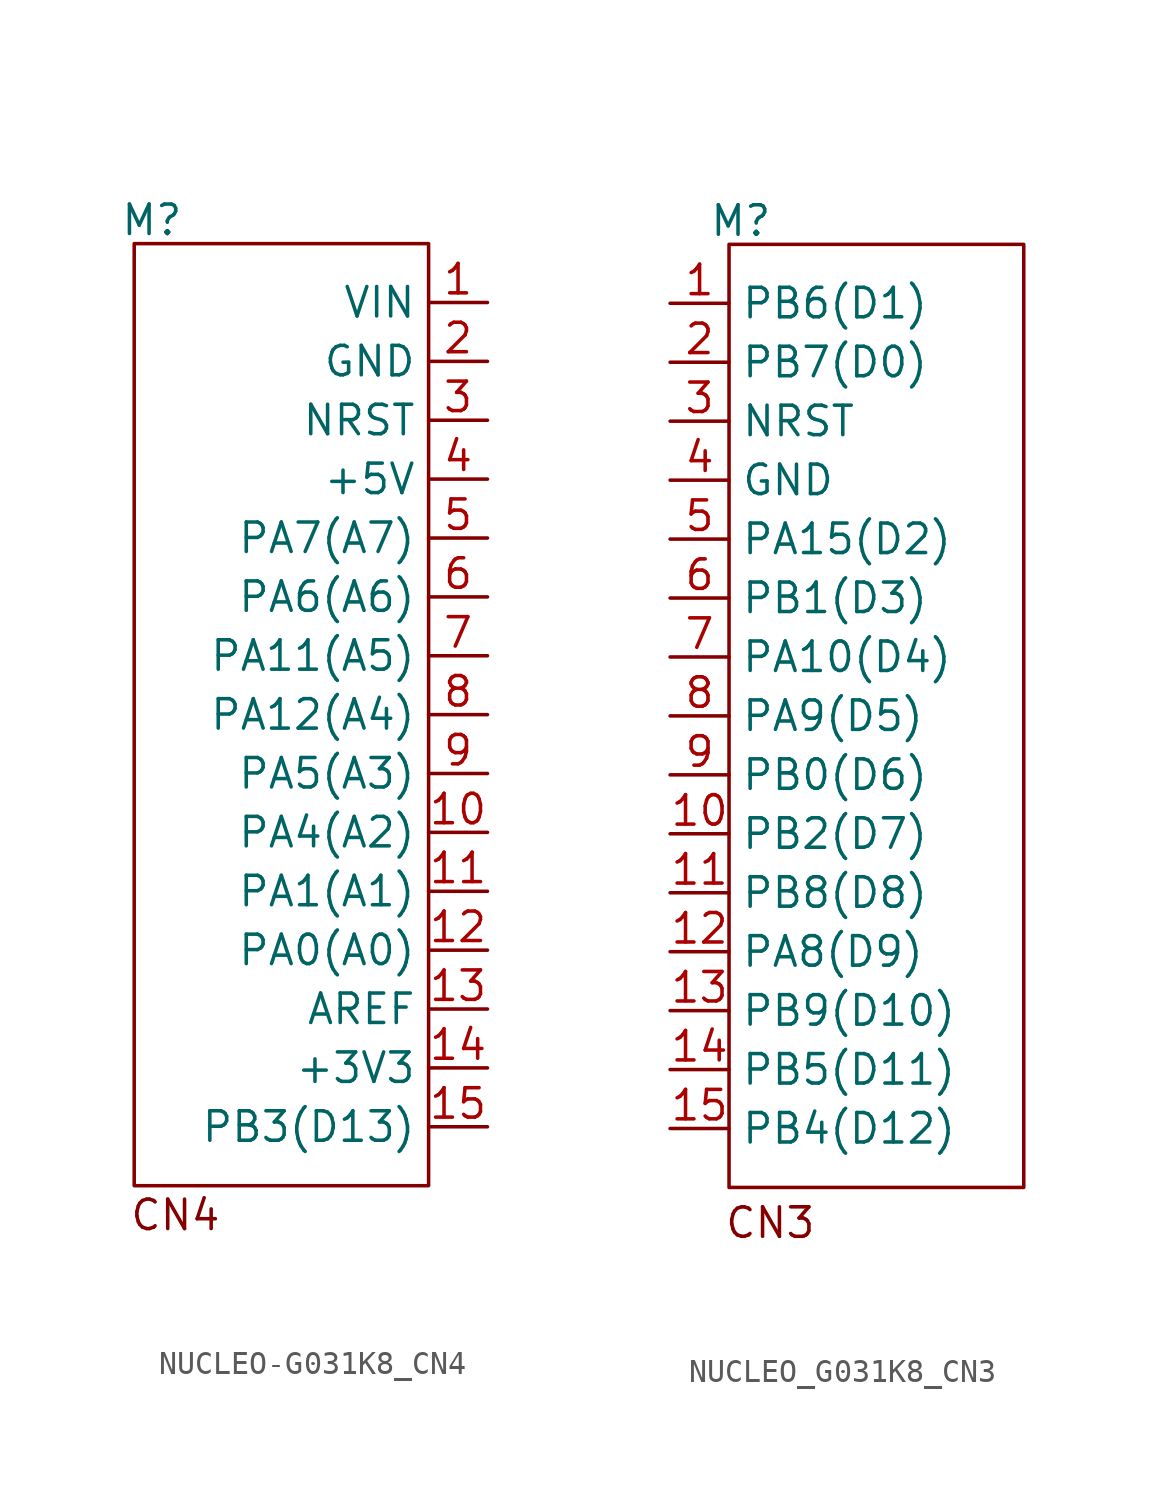
<source format=kicad_sym>
(kicad_symbol_lib
  (version 20231120)
  (generator "kicad_symbol_editor")
  (generator_version "8.0")
  (symbol "NUCLEO-G031K8_CN4"
    (property "Reference" "M"
      (at -5.588 21.336 0)
      (effects (font (size 1.27 1.27))))
    (property "Value" ""
      (at -1.27 0 0)
      (effects (font (size 1.27 1.27))))
    (symbol "NUCLEO-G031K8_CN4_0_1"
      (rectangle (start -6.35 20.32) (end 6.35 -20.32) (stroke (width 0) (type default)) (fill (type none))))
    (symbol "NUCLEO-G031K8_CN4_1_1"
      (text "CN4" (at -4.572 -21.59 0) (effects (font (size 1.27 1.27))))
      (pin power_in line (at 8.89 17.78 180) (length 2.54) (name "VIN" (effects (font (size 1.27 1.27)))) (number "1" (effects (font (size 1.27 1.27)))))
      (pin passive line (at 8.89 -5.08 180) (length 2.54) (name "PA4(A2)" (effects (font (size 1.27 1.27)))) (number "10" (effects (font (size 1.27 1.27)))))
      (pin passive line (at 8.89 -7.62 180) (length 2.54) (name "PA1(A1)" (effects (font (size 1.27 1.27)))) (number "11" (effects (font (size 1.27 1.27)))))
      (pin passive line (at 8.89 -10.16 180) (length 2.54) (name "PA0(A0)" (effects (font (size 1.27 1.27)))) (number "12" (effects (font (size 1.27 1.27)))))
      (pin passive line (at 8.89 -12.7 180) (length 2.54) (name "AREF" (effects (font (size 1.27 1.27)))) (number "13" (effects (font (size 1.27 1.27)))))
      (pin power_out line (at 8.89 -15.24 180) (length 2.54) (name "+3V3" (effects (font (size 1.27 1.27)))) (number "14" (effects (font (size 1.27 1.27)))))
      (pin passive line (at 8.89 -17.78 180) (length 2.54) (name "PB3(D13)" (effects (font (size 1.27 1.27)))) (number "15" (effects (font (size 1.27 1.27)))))
      (pin power_in line (at 8.89 15.24 180) (length 2.54) (name "GND" (effects (font (size 1.27 1.27)))) (number "2" (effects (font (size 1.27 1.27)))))
      (pin bidirectional line (at 8.89 12.7 180) (length 2.54) (name "NRST" (effects (font (size 1.27 1.27)))) (number "3" (effects (font (size 1.27 1.27)))))
      (pin power_out line (at 8.89 10.16 180) (length 2.54) (name "+5V" (effects (font (size 1.27 1.27)))) (number "4" (effects (font (size 1.27 1.27)))))
      (pin passive line (at 8.89 7.62 180) (length 2.54) (name "PA7(A7)" (effects (font (size 1.27 1.27)))) (number "5" (effects (font (size 1.27 1.27)))))
      (pin passive line (at 8.89 5.08 180) (length 2.54) (name "PA6(A6)" (effects (font (size 1.27 1.27)))) (number "6" (effects (font (size 1.27 1.27)))))
      (pin passive line (at 8.89 2.54 180) (length 2.54) (name "PA11(A5)" (effects (font (size 1.27 1.27)))) (number "7" (effects (font (size 1.27 1.27)))))
      (pin passive line (at 8.89 0 180) (length 2.54) (name "PA12(A4)" (effects (font (size 1.27 1.27)))) (number "8" (effects (font (size 1.27 1.27)))))
      (pin passive line (at 8.89 -2.54 180) (length 2.54) (name "PA5(A3)" (effects (font (size 1.27 1.27)))) (number "9" (effects (font (size 1.27 1.27)))))))
  (symbol "NUCLEO_G031K8_CN3"
    (property "Reference" "M"
      (at -5.842 21.336 0)
      (effects (font (size 1.27 1.27))))
    (property "Value" ""
      (at 3.81 0 0)
      (effects (font (size 1.27 1.27))))
    (symbol "NUCLEO_G031K8_CN3_0_1"
      (rectangle (start -6.35 20.32) (end 6.35 -20.32) (stroke (width 0) (type default)) (fill (type none))))
    (symbol "NUCLEO_G031K8_CN3_1_1"
      (text "CN3" (at -4.572 -21.844 0) (effects (font (size 1.27 1.27))))
      (pin passive line (at -8.89 17.78 0) (length 2.54) (name "PB6(D1)" (effects (font (size 1.27 1.27)))) (number "1" (effects (font (size 1.27 1.27)))))
      (pin passive line (at -8.89 -5.08 0) (length 2.54) (name "PB2(D7)" (effects (font (size 1.27 1.27)))) (number "10" (effects (font (size 1.27 1.27)))))
      (pin passive line (at -8.89 -7.62 0) (length 2.54) (name "PB8(D8)" (effects (font (size 1.27 1.27)))) (number "11" (effects (font (size 1.27 1.27)))))
      (pin passive line (at -8.89 -10.16 0) (length 2.54) (name "PA8(D9)" (effects (font (size 1.27 1.27)))) (number "12" (effects (font (size 1.27 1.27)))))
      (pin passive line (at -8.89 -12.7 0) (length 2.54) (name "PB9(D10)" (effects (font (size 1.27 1.27)))) (number "13" (effects (font (size 1.27 1.27)))))
      (pin passive line (at -8.89 -15.24 0) (length 2.54) (name "PB5(D11)" (effects (font (size 1.27 1.27)))) (number "14" (effects (font (size 1.27 1.27)))))
      (pin passive line (at -8.89 -17.78 0) (length 2.54) (name "PB4(D12)" (effects (font (size 1.27 1.27)))) (number "15" (effects (font (size 1.27 1.27)))))
      (pin passive line (at -8.89 15.24 0) (length 2.54) (name "PB7(D0)" (effects (font (size 1.27 1.27)))) (number "2" (effects (font (size 1.27 1.27)))))
      (pin bidirectional line (at -8.89 12.7 0) (length 2.54) (name "NRST" (effects (font (size 1.27 1.27)))) (number "3" (effects (font (size 1.27 1.27)))))
      (pin power_in line (at -8.89 10.16 0) (length 2.54) (name "GND" (effects (font (size 1.27 1.27)))) (number "4" (effects (font (size 1.27 1.27)))))
      (pin passive line (at -8.89 7.62 0) (length 2.54) (name "PA15(D2)" (effects (font (size 1.27 1.27)))) (number "5" (effects (font (size 1.27 1.27)))))
      (pin passive line (at -8.89 5.08 0) (length 2.54) (name "PB1(D3)" (effects (font (size 1.27 1.27)))) (number "6" (effects (font (size 1.27 1.27)))))
      (pin passive line (at -8.89 2.54 0) (length 2.54) (name "PA10(D4)" (effects (font (size 1.27 1.27)))) (number "7" (effects (font (size 1.27 1.27)))))
      (pin passive line (at -8.89 0 0) (length 2.54) (name "PA9(D5)" (effects (font (size 1.27 1.27)))) (number "8" (effects (font (size 1.27 1.27)))))
      (pin passive line (at -8.89 -2.54 0) (length 2.54) (name "PB0(D6)" (effects (font (size 1.27 1.27)))) (number "9" (effects (font (size 1.27 1.27))))))))
</source>
